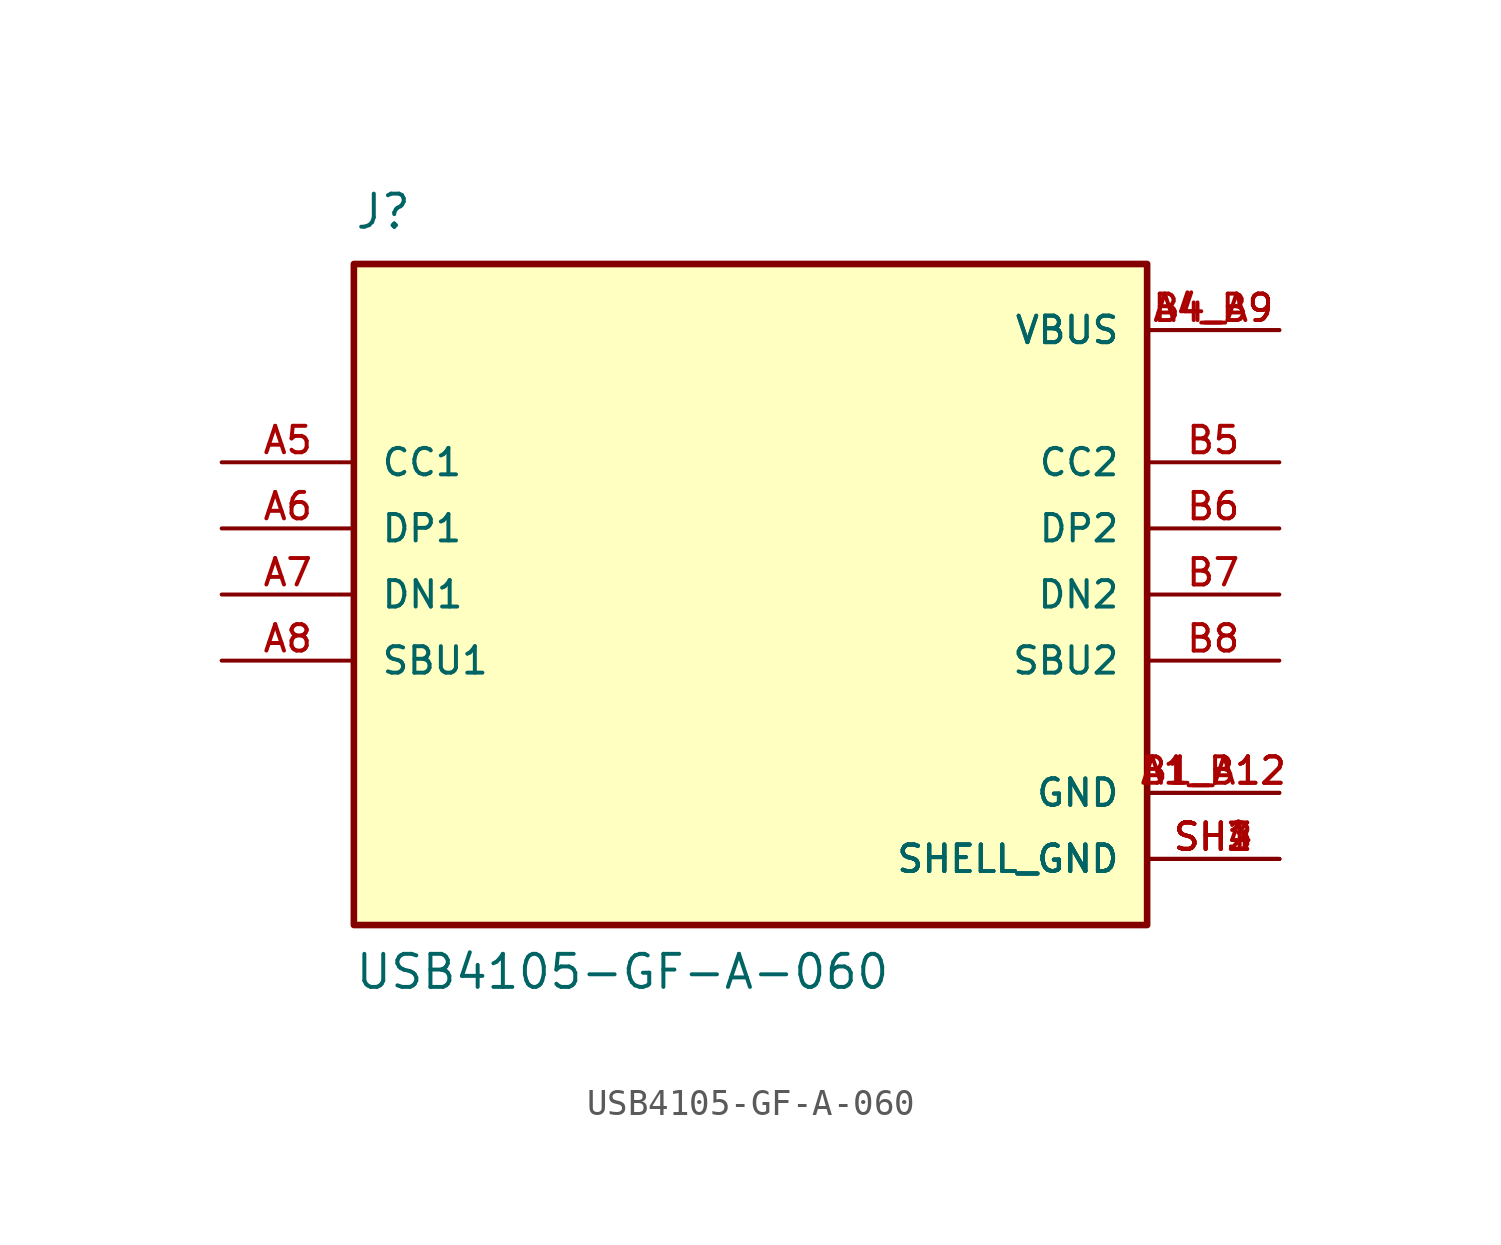
<source format=kicad_sym>
(kicad_symbol_lib
  (version 20231120)
  (generator "kicad_symbol_editor")
  (generator_version "8.0")
  (symbol "USB4105-GF-A-060"
    (pin_names
      (offset 1.016))
    (property "Reference" "J"
      (at -15.24 13.97 0)
      (effects (font (size 1.27 1.27)) (justify left bottom)))
    (property "Value" "USB4105-GF-A-060"
      (at -15.24 -15.24 0)
      (effects (font (size 1.27 1.27)) (justify left bottom)))
    (symbol "USB4105-GF-A-060_0_0"
      (rectangle (start -15.24 12.7) (end 15.24 -12.7) (stroke (width 0.254) (type default)) (fill (type background)))
      (pin power_in line (at 20.32 -7.62 180) (length 5.08) (name "GND" (effects (font (size 1.016 1.016)))) (number "A1_B12" (effects (font (size 1.016 1.016)))))
      (pin power_in line (at 20.32 10.16 180) (length 5.08) (name "VBUS" (effects (font (size 1.016 1.016)))) (number "A4_B9" (effects (font (size 1.016 1.016)))))
      (pin bidirectional line (at -20.32 5.08 0) (length 5.08) (name "CC1" (effects (font (size 1.016 1.016)))) (number "A5" (effects (font (size 1.016 1.016)))))
      (pin bidirectional line (at -20.32 2.54 0) (length 5.08) (name "DP1" (effects (font (size 1.016 1.016)))) (number "A6" (effects (font (size 1.016 1.016)))))
      (pin bidirectional line (at -20.32 0 0) (length 5.08) (name "DN1" (effects (font (size 1.016 1.016)))) (number "A7" (effects (font (size 1.016 1.016)))))
      (pin bidirectional line (at -20.32 -2.54 0) (length 5.08) (name "SBU1" (effects (font (size 1.016 1.016)))) (number "A8" (effects (font (size 1.016 1.016)))))
      (pin power_in line (at 20.32 -7.62 180) (length 5.08) (name "GND" (effects (font (size 1.016 1.016)))) (number "B1_A12" (effects (font (size 1.016 1.016)))))
      (pin power_in line (at 20.32 10.16 180) (length 5.08) (name "VBUS" (effects (font (size 1.016 1.016)))) (number "B4_A9" (effects (font (size 1.016 1.016)))))
      (pin bidirectional line (at 20.32 5.08 180) (length 5.08) (name "CC2" (effects (font (size 1.016 1.016)))) (number "B5" (effects (font (size 1.016 1.016)))))
      (pin bidirectional line (at 20.32 2.54 180) (length 5.08) (name "DP2" (effects (font (size 1.016 1.016)))) (number "B6" (effects (font (size 1.016 1.016)))))
      (pin bidirectional line (at 20.32 0 180) (length 5.08) (name "DN2" (effects (font (size 1.016 1.016)))) (number "B7" (effects (font (size 1.016 1.016)))))
      (pin bidirectional line (at 20.32 -2.54 180) (length 5.08) (name "SBU2" (effects (font (size 1.016 1.016)))) (number "B8" (effects (font (size 1.016 1.016)))))
      (pin power_in line (at 20.32 -10.16 180) (length 5.08) (name "SHELL_GND" (effects (font (size 1.016 1.016)))) (number "SH1" (effects (font (size 1.016 1.016)))))
      (pin power_in line (at 20.32 -10.16 180) (length 5.08) (name "SHELL_GND" (effects (font (size 1.016 1.016)))) (number "SH2" (effects (font (size 1.016 1.016)))))
      (pin power_in line (at 20.32 -10.16 180) (length 5.08) (name "SHELL_GND" (effects (font (size 1.016 1.016)))) (number "SH3" (effects (font (size 1.016 1.016)))))
      (pin power_in line (at 20.32 -10.16 180) (length 5.08) (name "SHELL_GND" (effects (font (size 1.016 1.016)))) (number "SH4" (effects (font (size 1.016 1.016))))))))
</source>
